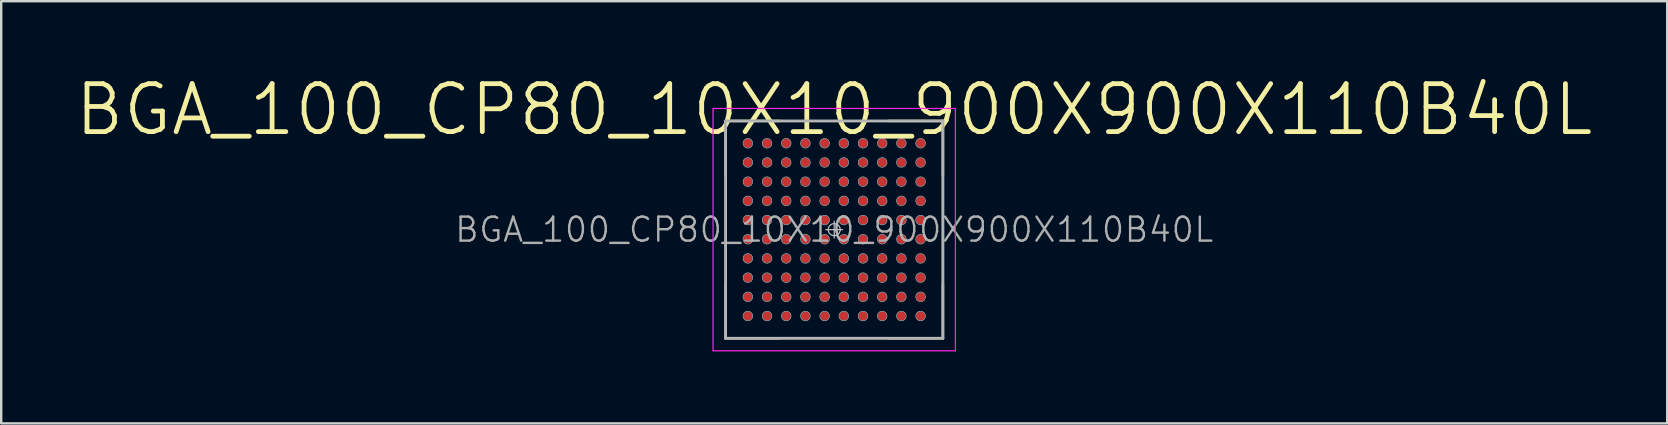
<source format=kicad_pcb>
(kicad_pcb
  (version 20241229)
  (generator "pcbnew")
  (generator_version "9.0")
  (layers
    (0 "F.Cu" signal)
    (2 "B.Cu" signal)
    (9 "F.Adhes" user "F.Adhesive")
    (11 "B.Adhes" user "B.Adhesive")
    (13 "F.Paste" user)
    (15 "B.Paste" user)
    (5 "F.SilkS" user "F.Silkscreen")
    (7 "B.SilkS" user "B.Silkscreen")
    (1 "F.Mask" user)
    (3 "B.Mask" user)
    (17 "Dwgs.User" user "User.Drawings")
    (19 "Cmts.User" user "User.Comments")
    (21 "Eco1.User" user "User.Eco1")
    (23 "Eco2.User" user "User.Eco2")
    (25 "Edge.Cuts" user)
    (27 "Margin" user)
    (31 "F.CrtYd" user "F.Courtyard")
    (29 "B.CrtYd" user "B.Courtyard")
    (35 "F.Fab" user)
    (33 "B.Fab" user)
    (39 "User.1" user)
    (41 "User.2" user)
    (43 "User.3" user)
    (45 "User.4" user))
  (footprint "BGA_100_CP80_10X10_900X900X110B40L"
    (layer "F.Cu")
    (at 31.719 6.521)
    (property "Reference" "BGA_100_CP80_10X10_900X900X110B40L" (at 0 0 0) (layer "F.Fab") (effects (font (size 1 1) (thickness 0.1))))
    (attr smd)
    (fp_line (start -4.53 -4.53) (end -2.265 -4.53) (stroke (width 0.1) (type solid)) (layer "F.SilkS"))
    (fp_line (start -4.53 -2.265) (end -4.53 -4.53) (stroke (width 0.1) (type solid)) (layer "F.SilkS"))
    (fp_line (start -4.53 2.265) (end -4.53 4.53) (stroke (width 0.1) (type solid)) (layer "F.SilkS"))
    (fp_line (start -4.53 4.53) (end -2.265 4.53) (stroke (width 0.1) (type solid)) (layer "F.SilkS"))
    (fp_line (start 4.53 -4.53) (end 2.265 -4.53) (stroke (width 0.1) (type solid)) (layer "F.SilkS"))
    (fp_line (start 4.53 -2.265) (end 4.53 -4.53) (stroke (width 0.1) (type solid)) (layer "F.SilkS"))
    (fp_line (start 4.53 2.265) (end 4.53 4.53) (stroke (width 0.1) (type solid)) (layer "F.SilkS"))
    (fp_line (start 4.53 4.53) (end 2.265 4.53) (stroke (width 0.1) (type solid)) (layer "F.SilkS"))
    (fp_line (start -4.5 -4.5) (end 4.5 -4.5) (stroke (width 0.025) (type solid)) (layer "Dwgs.User"))
    (fp_line (start -4.5 4.5) (end -4.5 -4.5) (stroke (width 0.025) (type solid)) (layer "Dwgs.User"))
    (fp_line (start 0 -0.35) (end 0 0.35) (stroke (width 0.05) (type solid)) (layer "Dwgs.User"))
    (fp_line (start 0.35 0) (end -0.35 0) (stroke (width 0.05) (type solid)) (layer "Dwgs.User"))
    (fp_line (start 4.5 -4.5) (end 4.5 4.5) (stroke (width 0.025) (type solid)) (layer "Dwgs.User"))
    (fp_line (start 4.5 4.5) (end -4.5 4.5) (stroke (width 0.025) (type solid)) (layer "Dwgs.User"))
    (fp_circle (center -3.6 -3.6) (end -3.6 -3.4) (stroke (width 0.025) (type solid)) (fill no) (layer "Dwgs.User"))
    (fp_circle (center -3.6 -2.8) (end -3.6 -2.6) (stroke (width 0.025) (type solid)) (fill no) (layer "Dwgs.User"))
    (fp_circle (center -3.6 -2) (end -3.6 -1.8) (stroke (width 0.025) (type solid)) (fill no) (layer "Dwgs.User"))
    (fp_circle (center -3.6 -1.2) (end -3.6 -1) (stroke (width 0.025) (type solid)) (fill no) (layer "Dwgs.User"))
    (fp_circle (center -3.6 -0.4) (end -3.6 -0.2) (stroke (width 0.025) (type solid)) (fill no) (layer "Dwgs.User"))
    (fp_circle (center -3.6 0.4) (end -3.6 0.6) (stroke (width 0.025) (type solid)) (fill no) (layer "Dwgs.User"))
    (fp_circle (center -3.6 1.2) (end -3.6 1.4) (stroke (width 0.025) (type solid)) (fill no) (layer "Dwgs.User"))
    (fp_circle (center -3.6 2) (end -3.6 2.2) (stroke (width 0.025) (type solid)) (fill no) (layer "Dwgs.User"))
    (fp_circle (center -3.6 2.8) (end -3.6 3) (stroke (width 0.025) (type solid)) (fill no) (layer "Dwgs.User"))
    (fp_circle (center -3.6 3.6) (end -3.6 3.8) (stroke (width 0.025) (type solid)) (fill no) (layer "Dwgs.User"))
    (fp_circle (center -2.8 -3.6) (end -2.8 -3.4) (stroke (width 0.025) (type solid)) (fill no) (layer "Dwgs.User"))
    (fp_circle (center -2.8 -2.8) (end -2.8 -2.6) (stroke (width 0.025) (type solid)) (fill no) (layer "Dwgs.User"))
    (fp_circle (center -2.8 -2) (end -2.8 -1.8) (stroke (width 0.025) (type solid)) (fill no) (layer "Dwgs.User"))
    (fp_circle (center -2.8 -1.2) (end -2.8 -1) (stroke (width 0.025) (type solid)) (fill no) (layer "Dwgs.User"))
    (fp_circle (center -2.8 -0.4) (end -2.8 -0.2) (stroke (width 0.025) (type solid)) (fill no) (layer "Dwgs.User"))
    (fp_circle (center -2.8 0.4) (end -2.8 0.6) (stroke (width 0.025) (type solid)) (fill no) (layer "Dwgs.User"))
    (fp_circle (center -2.8 1.2) (end -2.8 1.4) (stroke (width 0.025) (type solid)) (fill no) (layer "Dwgs.User"))
    (fp_circle (center -2.8 2) (end -2.8 2.2) (stroke (width 0.025) (type solid)) (fill no) (layer "Dwgs.User"))
    (fp_circle (center -2.8 2.8) (end -2.8 3) (stroke (width 0.025) (type solid)) (fill no) (layer "Dwgs.User"))
    (fp_circle (center -2.8 3.6) (end -2.8 3.8) (stroke (width 0.025) (type solid)) (fill no) (layer "Dwgs.User"))
    (fp_circle (center -2 -3.6) (end -2 -3.4) (stroke (width 0.025) (type solid)) (fill no) (layer "Dwgs.User"))
    (fp_circle (center -2 -2.8) (end -2 -2.6) (stroke (width 0.025) (type solid)) (fill no) (layer "Dwgs.User"))
    (fp_circle (center -2 -2) (end -2 -1.8) (stroke (width 0.025) (type solid)) (fill no) (layer "Dwgs.User"))
    (fp_circle (center -2 -1.2) (end -2 -1) (stroke (width 0.025) (type solid)) (fill no) (layer "Dwgs.User"))
    (fp_circle (center -2 -0.4) (end -2 -0.2) (stroke (width 0.025) (type solid)) (fill no) (layer "Dwgs.User"))
    (fp_circle (center -2 0.4) (end -2 0.6) (stroke (width 0.025) (type solid)) (fill no) (layer "Dwgs.User"))
    (fp_circle (center -2 1.2) (end -2 1.4) (stroke (width 0.025) (type solid)) (fill no) (layer "Dwgs.User"))
    (fp_circle (center -2 2) (end -2 2.2) (stroke (width 0.025) (type solid)) (fill no) (layer "Dwgs.User"))
    (fp_circle (center -2 2.8) (end -2 3) (stroke (width 0.025) (type solid)) (fill no) (layer "Dwgs.User"))
    (fp_circle (center -2 3.6) (end -2 3.8) (stroke (width 0.025) (type solid)) (fill no) (layer "Dwgs.User"))
    (fp_circle (center -1.2 -3.6) (end -1.2 -3.4) (stroke (width 0.025) (type solid)) (fill no) (layer "Dwgs.User"))
    (fp_circle (center -1.2 -2.8) (end -1.2 -2.6) (stroke (width 0.025) (type solid)) (fill no) (layer "Dwgs.User"))
    (fp_circle (center -1.2 -2) (end -1.2 -1.8) (stroke (width 0.025) (type solid)) (fill no) (layer "Dwgs.User"))
    (fp_circle (center -1.2 -1.2) (end -1.2 -1) (stroke (width 0.025) (type solid)) (fill no) (layer "Dwgs.User"))
    (fp_circle (center -1.2 -0.4) (end -1.2 -0.2) (stroke (width 0.025) (type solid)) (fill no) (layer "Dwgs.User"))
    (fp_circle (center -1.2 0.4) (end -1.2 0.6) (stroke (width 0.025) (type solid)) (fill no) (layer "Dwgs.User"))
    (fp_circle (center -1.2 1.2) (end -1.2 1.4) (stroke (width 0.025) (type solid)) (fill no) (layer "Dwgs.User"))
    (fp_circle (center -1.2 2) (end -1.2 2.2) (stroke (width 0.025) (type solid)) (fill no) (layer "Dwgs.User"))
    (fp_circle (center -1.2 2.8) (end -1.2 3) (stroke (width 0.025) (type solid)) (fill no) (layer "Dwgs.User"))
    (fp_circle (center -1.2 3.6) (end -1.2 3.8) (stroke (width 0.025) (type solid)) (fill no) (layer "Dwgs.User"))
    (fp_circle (center -0.4 -3.6) (end -0.4 -3.4) (stroke (width 0.025) (type solid)) (fill no) (layer "Dwgs.User"))
    (fp_circle (center -0.4 -2.8) (end -0.4 -2.6) (stroke (width 0.025) (type solid)) (fill no) (layer "Dwgs.User"))
    (fp_circle (center -0.4 -2) (end -0.4 -1.8) (stroke (width 0.025) (type solid)) (fill no) (layer "Dwgs.User"))
    (fp_circle (center -0.4 -1.2) (end -0.4 -1) (stroke (width 0.025) (type solid)) (fill no) (layer "Dwgs.User"))
    (fp_circle (center -0.4 -0.4) (end -0.4 -0.2) (stroke (width 0.025) (type solid)) (fill no) (layer "Dwgs.User"))
    (fp_circle (center -0.4 0.4) (end -0.4 0.6) (stroke (width 0.025) (type solid)) (fill no) (layer "Dwgs.User"))
    (fp_circle (center -0.4 1.2) (end -0.4 1.4) (stroke (width 0.025) (type solid)) (fill no) (layer "Dwgs.User"))
    (fp_circle (center -0.4 2) (end -0.4 2.2) (stroke (width 0.025) (type solid)) (fill no) (layer "Dwgs.User"))
    (fp_circle (center -0.4 2.8) (end -0.4 3) (stroke (width 0.025) (type solid)) (fill no) (layer "Dwgs.User"))
    (fp_circle (center -0.4 3.6) (end -0.4 3.8) (stroke (width 0.025) (type solid)) (fill no) (layer "Dwgs.User"))
    (fp_circle (center 0 0) (end 0.25 0) (stroke (width 0.05) (type solid)) (fill no) (layer "Dwgs.User"))
    (fp_circle (center 0.4 -3.6) (end 0.4 -3.4) (stroke (width 0.025) (type solid)) (fill no) (layer "Dwgs.User"))
    (fp_circle (center 0.4 -2.8) (end 0.4 -2.6) (stroke (width 0.025) (type solid)) (fill no) (layer "Dwgs.User"))
    (fp_circle (center 0.4 -2) (end 0.4 -1.8) (stroke (width 0.025) (type solid)) (fill no) (layer "Dwgs.User"))
    (fp_circle (center 0.4 -1.2) (end 0.4 -1) (stroke (width 0.025) (type solid)) (fill no) (layer "Dwgs.User"))
    (fp_circle (center 0.4 -0.4) (end 0.4 -0.2) (stroke (width 0.025) (type solid)) (fill no) (layer "Dwgs.User"))
    (fp_circle (center 0.4 0.4) (end 0.4 0.6) (stroke (width 0.025) (type solid)) (fill no) (layer "Dwgs.User"))
    (fp_circle (center 0.4 1.2) (end 0.4 1.4) (stroke (width 0.025) (type solid)) (fill no) (layer "Dwgs.User"))
    (fp_circle (center 0.4 2) (end 0.4 2.2) (stroke (width 0.025) (type solid)) (fill no) (layer "Dwgs.User"))
    (fp_circle (center 0.4 2.8) (end 0.4 3) (stroke (width 0.025) (type solid)) (fill no) (layer "Dwgs.User"))
    (fp_circle (center 0.4 3.6) (end 0.4 3.8) (stroke (width 0.025) (type solid)) (fill no) (layer "Dwgs.User"))
    (fp_circle (center 1.2 -3.6) (end 1.2 -3.4) (stroke (width 0.025) (type solid)) (fill no) (layer "Dwgs.User"))
    (fp_circle (center 1.2 -2.8) (end 1.2 -2.6) (stroke (width 0.025) (type solid)) (fill no) (layer "Dwgs.User"))
    (fp_circle (center 1.2 -2) (end 1.2 -1.8) (stroke (width 0.025) (type solid)) (fill no) (layer "Dwgs.User"))
    (fp_circle (center 1.2 -1.2) (end 1.2 -1) (stroke (width 0.025) (type solid)) (fill no) (layer "Dwgs.User"))
    (fp_circle (center 1.2 -0.4) (end 1.2 -0.2) (stroke (width 0.025) (type solid)) (fill no) (layer "Dwgs.User"))
    (fp_circle (center 1.2 0.4) (end 1.2 0.6) (stroke (width 0.025) (type solid)) (fill no) (layer "Dwgs.User"))
    (fp_circle (center 1.2 1.2) (end 1.2 1.4) (stroke (width 0.025) (type solid)) (fill no) (layer "Dwgs.User"))
    (fp_circle (center 1.2 2) (end 1.2 2.2) (stroke (width 0.025) (type solid)) (fill no) (layer "Dwgs.User"))
    (fp_circle (center 1.2 2.8) (end 1.2 3) (stroke (width 0.025) (type solid)) (fill no) (layer "Dwgs.User"))
    (fp_circle (center 1.2 3.6) (end 1.2 3.8) (stroke (width 0.025) (type solid)) (fill no) (layer "Dwgs.User"))
    (fp_circle (center 2 -3.6) (end 2 -3.4) (stroke (width 0.025) (type solid)) (fill no) (layer "Dwgs.User"))
    (fp_circle (center 2 -2.8) (end 2 -2.6) (stroke (width 0.025) (type solid)) (fill no) (layer "Dwgs.User"))
    (fp_circle (center 2 -2) (end 2 -1.8) (stroke (width 0.025) (type solid)) (fill no) (layer "Dwgs.User"))
    (fp_circle (center 2 -1.2) (end 2 -1) (stroke (width 0.025) (type solid)) (fill no) (layer "Dwgs.User"))
    (fp_circle (center 2 -0.4) (end 2 -0.2) (stroke (width 0.025) (type solid)) (fill no) (layer "Dwgs.User"))
    (fp_circle (center 2 0.4) (end 2 0.6) (stroke (width 0.025) (type solid)) (fill no) (layer "Dwgs.User"))
    (fp_circle (center 2 1.2) (end 2 1.4) (stroke (width 0.025) (type solid)) (fill no) (layer "Dwgs.User"))
    (fp_circle (center 2 2) (end 2 2.2) (stroke (width 0.025) (type solid)) (fill no) (layer "Dwgs.User"))
    (fp_circle (center 2 2.8) (end 2 3) (stroke (width 0.025) (type solid)) (fill no) (layer "Dwgs.User"))
    (fp_circle (center 2 3.6) (end 2 3.8) (stroke (width 0.025) (type solid)) (fill no) (layer "Dwgs.User"))
    (fp_circle (center 2.8 -3.6) (end 2.8 -3.4) (stroke (width 0.025) (type solid)) (fill no) (layer "Dwgs.User"))
    (fp_circle (center 2.8 -2.8) (end 2.8 -2.6) (stroke (width 0.025) (type solid)) (fill no) (layer "Dwgs.User"))
    (fp_circle (center 2.8 -2) (end 2.8 -1.8) (stroke (width 0.025) (type solid)) (fill no) (layer "Dwgs.User"))
    (fp_circle (center 2.8 -1.2) (end 2.8 -1) (stroke (width 0.025) (type solid)) (fill no) (layer "Dwgs.User"))
    (fp_circle (center 2.8 -0.4) (end 2.8 -0.2) (stroke (width 0.025) (type solid)) (fill no) (layer "Dwgs.User"))
    (fp_circle (center 2.8 0.4) (end 2.8 0.6) (stroke (width 0.025) (type solid)) (fill no) (layer "Dwgs.User"))
    (fp_circle (center 2.8 1.2) (end 2.8 1.4) (stroke (width 0.025) (type solid)) (fill no) (layer "Dwgs.User"))
    (fp_circle (center 2.8 2) (end 2.8 2.2) (stroke (width 0.025) (type solid)) (fill no) (layer "Dwgs.User"))
    (fp_circle (center 2.8 2.8) (end 2.8 3) (stroke (width 0.025) (type solid)) (fill no) (layer "Dwgs.User"))
    (fp_circle (center 2.8 3.6) (end 2.8 3.8) (stroke (width 0.025) (type solid)) (fill no) (layer "Dwgs.User"))
    (fp_circle (center 3.6 -3.6) (end 3.6 -3.4) (stroke (width 0.025) (type solid)) (fill no) (layer "Dwgs.User"))
    (fp_circle (center 3.6 -2.8) (end 3.6 -2.6) (stroke (width 0.025) (type solid)) (fill no) (layer "Dwgs.User"))
    (fp_circle (center 3.6 -2) (end 3.6 -1.8) (stroke (width 0.025) (type solid)) (fill no) (layer "Dwgs.User"))
    (fp_circle (center 3.6 -1.2) (end 3.6 -1) (stroke (width 0.025) (type solid)) (fill no) (layer "Dwgs.User"))
    (fp_circle (center 3.6 -0.4) (end 3.6 -0.2) (stroke (width 0.025) (type solid)) (fill no) (layer "Dwgs.User"))
    (fp_circle (center 3.6 0.4) (end 3.6 0.6) (stroke (width 0.025) (type solid)) (fill no) (layer "Dwgs.User"))
    (fp_circle (center 3.6 1.2) (end 3.6 1.4) (stroke (width 0.025) (type solid)) (fill no) (layer "Dwgs.User"))
    (fp_circle (center 3.6 2) (end 3.6 2.2) (stroke (width 0.025) (type solid)) (fill no) (layer "Dwgs.User"))
    (fp_circle (center 3.6 2.8) (end 3.6 3) (stroke (width 0.025) (type solid)) (fill no) (layer "Dwgs.User"))
    (fp_circle (center 3.6 3.6) (end 3.6 3.8) (stroke (width 0.025) (type solid)) (fill no) (layer "Dwgs.User"))
    (fp_line (start -5.05 -5.05) (end 5.05 -5.05) (stroke (width 0.05) (type solid)) (layer "F.CrtYd"))
    (fp_line (start -5.05 5.05) (end -5.05 -5.05) (stroke (width 0.05) (type solid)) (layer "F.CrtYd"))
    (fp_line (start 5.05 -5.05) (end 5.05 5.05) (stroke (width 0.05) (type solid)) (layer "F.CrtYd"))
    (fp_line (start 5.05 5.05) (end -5.05 5.05) (stroke (width 0.05) (type solid)) (layer "F.CrtYd"))
    (fp_line (start -4.53 -4.53) (end 4.53 -4.53) (stroke (width 0.12) (type solid)) (layer "F.Fab"))
    (fp_line (start -4.53 4.53) (end -4.53 -4.53) (stroke (width 0.12) (type solid)) (layer "F.Fab"))
    (fp_line (start 4.53 -4.53) (end 4.53 4.53) (stroke (width 0.12) (type solid)) (layer "F.Fab"))
    (fp_line (start 4.53 4.53) (end -4.53 4.53) (stroke (width 0.12) (type solid)) (layer "F.Fab"))
    (fp_text user "${REFERENCE}" (at 0 -5 0) (layer "F.SilkS") (effects (font (size 2 2) (thickness 0.2))))
    (pad "A1" smd circle (at -3.6 -3.6) (size 0.37 0.37) (layers "F.Cu" "F.Mask" "F.Paste"))
    (pad "A2" smd circle (at -2.8 -3.6) (size 0.37 0.37) (layers "F.Cu" "F.Mask" "F.Paste"))
    (pad "A3" smd circle (at -2 -3.6) (size 0.37 0.37) (layers "F.Cu" "F.Mask" "F.Paste"))
    (pad "A4" smd circle (at -1.2 -3.6) (size 0.37 0.37) (layers "F.Cu" "F.Mask" "F.Paste"))
    (pad "A5" smd circle (at -0.4 -3.6) (size 0.37 0.37) (layers "F.Cu" "F.Mask" "F.Paste"))
    (pad "A6" smd circle (at 0.4 -3.6) (size 0.37 0.37) (layers "F.Cu" "F.Mask" "F.Paste"))
    (pad "A7" smd circle (at 1.2 -3.6) (size 0.37 0.37) (layers "F.Cu" "F.Mask" "F.Paste"))
    (pad "A8" smd circle (at 2 -3.6) (size 0.37 0.37) (layers "F.Cu" "F.Mask" "F.Paste"))
    (pad "A9" smd circle (at 2.8 -3.6) (size 0.37 0.37) (layers "F.Cu" "F.Mask" "F.Paste"))
    (pad "A10" smd circle (at 3.6 -3.6) (size 0.37 0.37) (layers "F.Cu" "F.Mask" "F.Paste"))
    (pad "B1" smd circle (at -3.6 -2.8) (size 0.37 0.37) (layers "F.Cu" "F.Mask" "F.Paste"))
    (pad "B2" smd circle (at -2.8 -2.8) (size 0.37 0.37) (layers "F.Cu" "F.Mask" "F.Paste"))
    (pad "B3" smd circle (at -2 -2.8) (size 0.37 0.37) (layers "F.Cu" "F.Mask" "F.Paste"))
    (pad "B4" smd circle (at -1.2 -2.8) (size 0.37 0.37) (layers "F.Cu" "F.Mask" "F.Paste"))
    (pad "B5" smd circle (at -0.4 -2.8) (size 0.37 0.37) (layers "F.Cu" "F.Mask" "F.Paste"))
    (pad "B6" smd circle (at 0.4 -2.8) (size 0.37 0.37) (layers "F.Cu" "F.Mask" "F.Paste"))
    (pad "B7" smd circle (at 1.2 -2.8) (size 0.37 0.37) (layers "F.Cu" "F.Mask" "F.Paste"))
    (pad "B8" smd circle (at 2 -2.8) (size 0.37 0.37) (layers "F.Cu" "F.Mask" "F.Paste"))
    (pad "B9" smd circle (at 2.8 -2.8) (size 0.37 0.37) (layers "F.Cu" "F.Mask" "F.Paste"))
    (pad "B10" smd circle (at 3.6 -2.8) (size 0.37 0.37) (layers "F.Cu" "F.Mask" "F.Paste"))
    (pad "C1" smd circle (at -3.6 -2) (size 0.37 0.37) (layers "F.Cu" "F.Mask" "F.Paste"))
    (pad "C2" smd circle (at -2.8 -2) (size 0.37 0.37) (layers "F.Cu" "F.Mask" "F.Paste"))
    (pad "C3" smd circle (at -2 -2) (size 0.37 0.37) (layers "F.Cu" "F.Mask" "F.Paste"))
    (pad "C4" smd circle (at -1.2 -2) (size 0.37 0.37) (layers "F.Cu" "F.Mask" "F.Paste"))
    (pad "C5" smd circle (at -0.4 -2) (size 0.37 0.37) (layers "F.Cu" "F.Mask" "F.Paste"))
    (pad "C6" smd circle (at 0.4 -2) (size 0.37 0.37) (layers "F.Cu" "F.Mask" "F.Paste"))
    (pad "C7" smd circle (at 1.2 -2) (size 0.37 0.37) (layers "F.Cu" "F.Mask" "F.Paste"))
    (pad "C8" smd circle (at 2 -2) (size 0.37 0.37) (layers "F.Cu" "F.Mask" "F.Paste"))
    (pad "C9" smd circle (at 2.8 -2) (size 0.37 0.37) (layers "F.Cu" "F.Mask" "F.Paste"))
    (pad "C10" smd circle (at 3.6 -2) (size 0.37 0.37) (layers "F.Cu" "F.Mask" "F.Paste"))
    (pad "D1" smd circle (at -3.6 -1.2) (size 0.37 0.37) (layers "F.Cu" "F.Mask" "F.Paste"))
    (pad "D2" smd circle (at -2.8 -1.2) (size 0.37 0.37) (layers "F.Cu" "F.Mask" "F.Paste"))
    (pad "D3" smd circle (at -2 -1.2) (size 0.37 0.37) (layers "F.Cu" "F.Mask" "F.Paste"))
    (pad "D4" smd circle (at -1.2 -1.2) (size 0.37 0.37) (layers "F.Cu" "F.Mask" "F.Paste"))
    (pad "D5" smd circle (at -0.4 -1.2) (size 0.37 0.37) (layers "F.Cu" "F.Mask" "F.Paste"))
    (pad "D6" smd circle (at 0.4 -1.2) (size 0.37 0.37) (layers "F.Cu" "F.Mask" "F.Paste"))
    (pad "D7" smd circle (at 1.2 -1.2) (size 0.37 0.37) (layers "F.Cu" "F.Mask" "F.Paste"))
    (pad "D8" smd circle (at 2 -1.2) (size 0.37 0.37) (layers "F.Cu" "F.Mask" "F.Paste"))
    (pad "D9" smd circle (at 2.8 -1.2) (size 0.37 0.37) (layers "F.Cu" "F.Mask" "F.Paste"))
    (pad "D10" smd circle (at 3.6 -1.2) (size 0.37 0.37) (layers "F.Cu" "F.Mask" "F.Paste"))
    (pad "E1" smd circle (at -3.6 -0.4) (size 0.37 0.37) (layers "F.Cu" "F.Mask" "F.Paste"))
    (pad "E2" smd circle (at -2.8 -0.4) (size 0.37 0.37) (layers "F.Cu" "F.Mask" "F.Paste"))
    (pad "E3" smd circle (at -2 -0.4) (size 0.37 0.37) (layers "F.Cu" "F.Mask" "F.Paste"))
    (pad "E4" smd circle (at -1.2 -0.4) (size 0.37 0.37) (layers "F.Cu" "F.Mask" "F.Paste"))
    (pad "E5" smd circle (at -0.4 -0.4) (size 0.37 0.37) (layers "F.Cu" "F.Mask" "F.Paste"))
    (pad "E6" smd circle (at 0.4 -0.4) (size 0.37 0.37) (layers "F.Cu" "F.Mask" "F.Paste"))
    (pad "E7" smd circle (at 1.2 -0.4) (size 0.37 0.37) (layers "F.Cu" "F.Mask" "F.Paste"))
    (pad "E8" smd circle (at 2 -0.4) (size 0.37 0.37) (layers "F.Cu" "F.Mask" "F.Paste"))
    (pad "E9" smd circle (at 2.8 -0.4) (size 0.37 0.37) (layers "F.Cu" "F.Mask" "F.Paste"))
    (pad "E10" smd circle (at 3.6 -0.4) (size 0.37 0.37) (layers "F.Cu" "F.Mask" "F.Paste"))
    (pad "F1" smd circle (at -3.6 0.4) (size 0.37 0.37) (layers "F.Cu" "F.Mask" "F.Paste"))
    (pad "F2" smd circle (at -2.8 0.4) (size 0.37 0.37) (layers "F.Cu" "F.Mask" "F.Paste"))
    (pad "F3" smd circle (at -2 0.4) (size 0.37 0.37) (layers "F.Cu" "F.Mask" "F.Paste"))
    (pad "F4" smd circle (at -1.2 0.4) (size 0.37 0.37) (layers "F.Cu" "F.Mask" "F.Paste"))
    (pad "F5" smd circle (at -0.4 0.4) (size 0.37 0.37) (layers "F.Cu" "F.Mask" "F.Paste"))
    (pad "F6" smd circle (at 0.4 0.4) (size 0.37 0.37) (layers "F.Cu" "F.Mask" "F.Paste"))
    (pad "F7" smd circle (at 1.2 0.4) (size 0.37 0.37) (layers "F.Cu" "F.Mask" "F.Paste"))
    (pad "F8" smd circle (at 2 0.4) (size 0.37 0.37) (layers "F.Cu" "F.Mask" "F.Paste"))
    (pad "F9" smd circle (at 2.8 0.4) (size 0.37 0.37) (layers "F.Cu" "F.Mask" "F.Paste"))
    (pad "F10" smd circle (at 3.6 0.4) (size 0.37 0.37) (layers "F.Cu" "F.Mask" "F.Paste"))
    (pad "G1" smd circle (at -3.6 1.2) (size 0.37 0.37) (layers "F.Cu" "F.Mask" "F.Paste"))
    (pad "G2" smd circle (at -2.8 1.2) (size 0.37 0.37) (layers "F.Cu" "F.Mask" "F.Paste"))
    (pad "G3" smd circle (at -2 1.2) (size 0.37 0.37) (layers "F.Cu" "F.Mask" "F.Paste"))
    (pad "G4" smd circle (at -1.2 1.2) (size 0.37 0.37) (layers "F.Cu" "F.Mask" "F.Paste"))
    (pad "G5" smd circle (at -0.4 1.2) (size 0.37 0.37) (layers "F.Cu" "F.Mask" "F.Paste"))
    (pad "G6" smd circle (at 0.4 1.2) (size 0.37 0.37) (layers "F.Cu" "F.Mask" "F.Paste"))
    (pad "G7" smd circle (at 1.2 1.2) (size 0.37 0.37) (layers "F.Cu" "F.Mask" "F.Paste"))
    (pad "G8" smd circle (at 2 1.2) (size 0.37 0.37) (layers "F.Cu" "F.Mask" "F.Paste"))
    (pad "G9" smd circle (at 2.8 1.2) (size 0.37 0.37) (layers "F.Cu" "F.Mask" "F.Paste"))
    (pad "G10" smd circle (at 3.6 1.2) (size 0.37 0.37) (layers "F.Cu" "F.Mask" "F.Paste"))
    (pad "H1" smd circle (at -3.6 2) (size 0.37 0.37) (layers "F.Cu" "F.Mask" "F.Paste"))
    (pad "H2" smd circle (at -2.8 2) (size 0.37 0.37) (layers "F.Cu" "F.Mask" "F.Paste"))
    (pad "H3" smd circle (at -2 2) (size 0.37 0.37) (layers "F.Cu" "F.Mask" "F.Paste"))
    (pad "H4" smd circle (at -1.2 2) (size 0.37 0.37) (layers "F.Cu" "F.Mask" "F.Paste"))
    (pad "H5" smd circle (at -0.4 2) (size 0.37 0.37) (layers "F.Cu" "F.Mask" "F.Paste"))
    (pad "H6" smd circle (at 0.4 2) (size 0.37 0.37) (layers "F.Cu" "F.Mask" "F.Paste"))
    (pad "H7" smd circle (at 1.2 2) (size 0.37 0.37) (layers "F.Cu" "F.Mask" "F.Paste"))
    (pad "H8" smd circle (at 2 2) (size 0.37 0.37) (layers "F.Cu" "F.Mask" "F.Paste"))
    (pad "H9" smd circle (at 2.8 2) (size 0.37 0.37) (layers "F.Cu" "F.Mask" "F.Paste"))
    (pad "H10" smd circle (at 3.6 2) (size 0.37 0.37) (layers "F.Cu" "F.Mask" "F.Paste"))
    (pad "J1" smd circle (at -3.6 2.8) (size 0.37 0.37) (layers "F.Cu" "F.Mask" "F.Paste"))
    (pad "J2" smd circle (at -2.8 2.8) (size 0.37 0.37) (layers "F.Cu" "F.Mask" "F.Paste"))
    (pad "J3" smd circle (at -2 2.8) (size 0.37 0.37) (layers "F.Cu" "F.Mask" "F.Paste"))
    (pad "J4" smd circle (at -1.2 2.8) (size 0.37 0.37) (layers "F.Cu" "F.Mask" "F.Paste"))
    (pad "J5" smd circle (at -0.4 2.8) (size 0.37 0.37) (layers "F.Cu" "F.Mask" "F.Paste"))
    (pad "J6" smd circle (at 0.4 2.8) (size 0.37 0.37) (layers "F.Cu" "F.Mask" "F.Paste"))
    (pad "J7" smd circle (at 1.2 2.8) (size 0.37 0.37) (layers "F.Cu" "F.Mask" "F.Paste"))
    (pad "J8" smd circle (at 2 2.8) (size 0.37 0.37) (layers "F.Cu" "F.Mask" "F.Paste"))
    (pad "J9" smd circle (at 2.8 2.8) (size 0.37 0.37) (layers "F.Cu" "F.Mask" "F.Paste"))
    (pad "J10" smd circle (at 3.6 2.8) (size 0.37 0.37) (layers "F.Cu" "F.Mask" "F.Paste"))
    (pad "K1" smd circle (at -3.6 3.6) (size 0.37 0.37) (layers "F.Cu" "F.Mask" "F.Paste"))
    (pad "K2" smd circle (at -2.8 3.6) (size 0.37 0.37) (layers "F.Cu" "F.Mask" "F.Paste"))
    (pad "K3" smd circle (at -2 3.6) (size 0.37 0.37) (layers "F.Cu" "F.Mask" "F.Paste"))
    (pad "K4" smd circle (at -1.2 3.6) (size 0.37 0.37) (layers "F.Cu" "F.Mask" "F.Paste"))
    (pad "K5" smd circle (at -0.4 3.6) (size 0.37 0.37) (layers "F.Cu" "F.Mask" "F.Paste"))
    (pad "K6" smd circle (at 0.4 3.6) (size 0.37 0.37) (layers "F.Cu" "F.Mask" "F.Paste"))
    (pad "K7" smd circle (at 1.2 3.6) (size 0.37 0.37) (layers "F.Cu" "F.Mask" "F.Paste"))
    (pad "K8" smd circle (at 2 3.6) (size 0.37 0.37) (layers "F.Cu" "F.Mask" "F.Paste"))
    (pad "K9" smd circle (at 2.8 3.6) (size 0.37 0.37) (layers "F.Cu" "F.Mask" "F.Paste"))
    (pad "K10" smd circle (at 3.6 3.6) (size 0.37 0.37) (layers "F.Cu" "F.Mask" "F.Paste")))
  (gr_rect
    (start -3 -3)
    (end 66.438 14.596)
    (stroke (width 0.1) (type default))
    (fill no)
    (layer "Edge.Cuts")))
</source>
